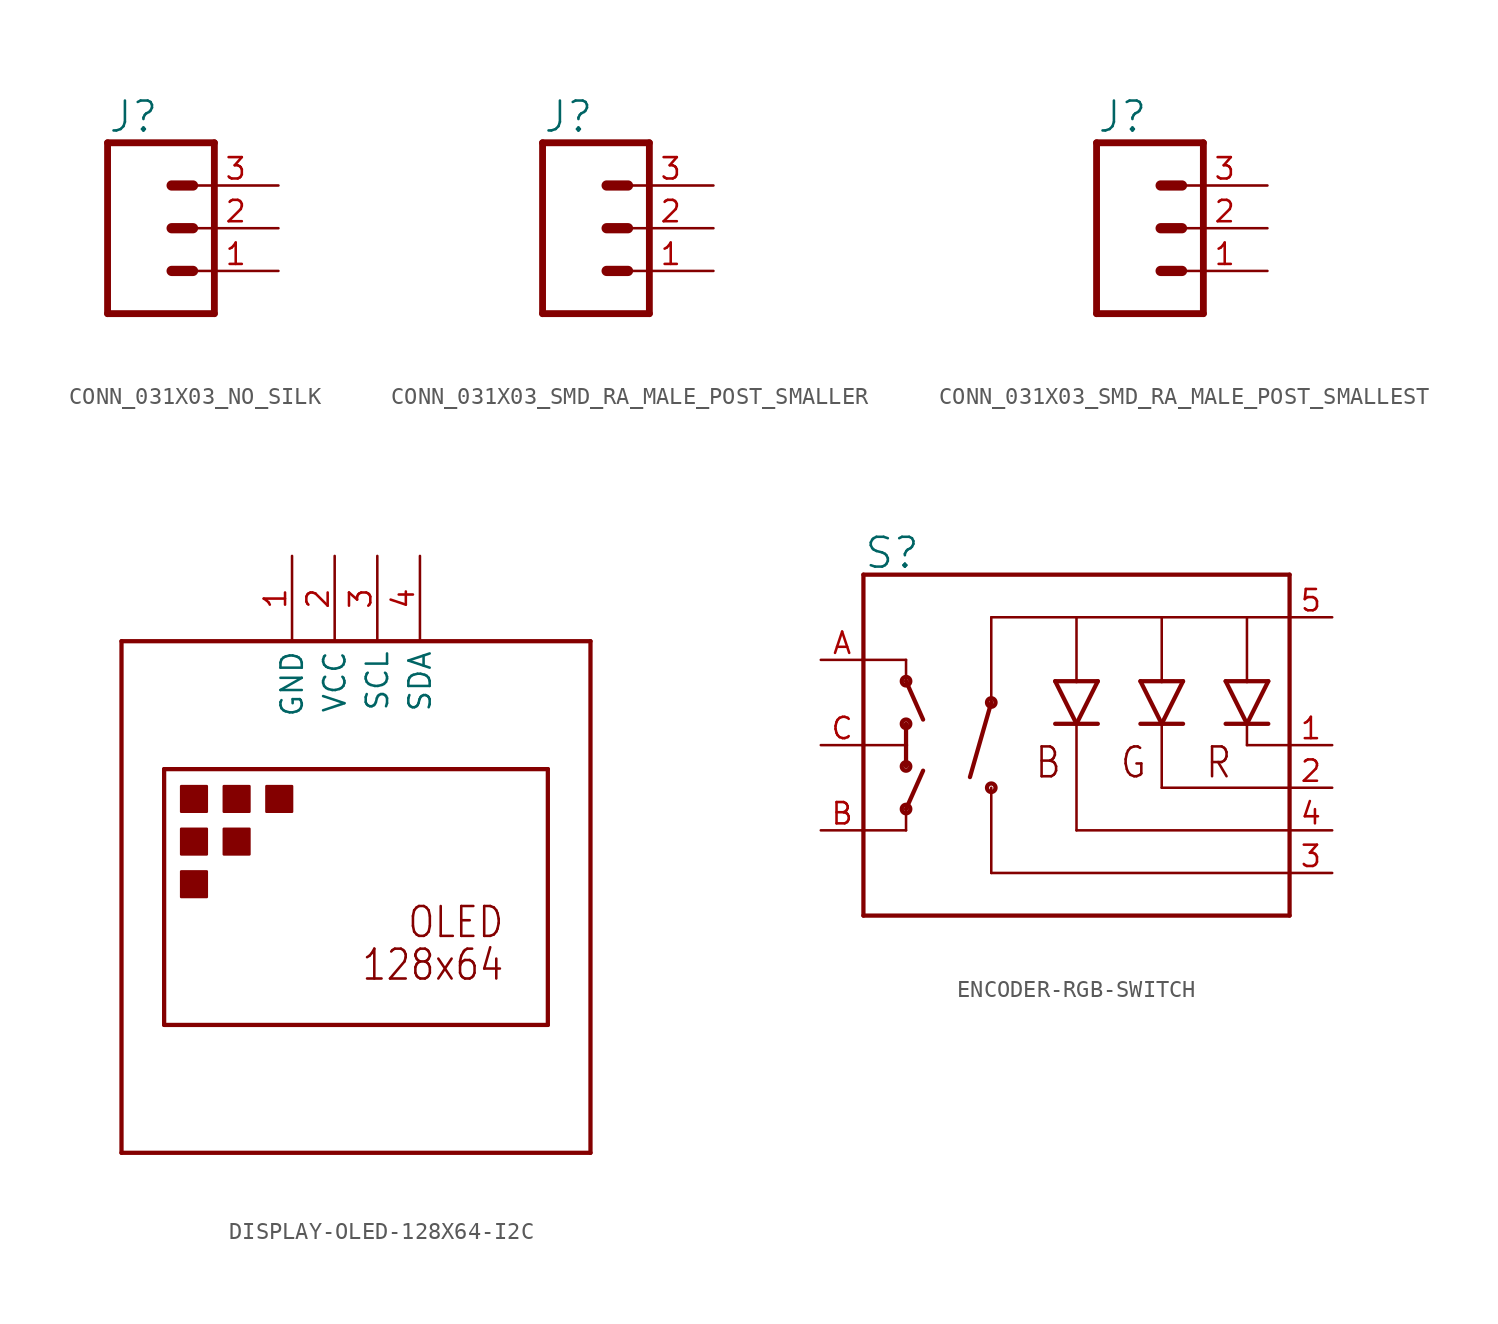
<source format=kicad_sym>
(kicad_symbol_lib
  (version 20220914)
  (generator kicad_symbol_editor)
  (symbol "CONN_031X03_NO_SILK"
    (property "Reference" "J"
      (at -2.54 5.588 0)
      (effects (font (size 1.778 1.778)) (justify left bottom)))
    (property "Value" ""
      (at -2.54 -7.366 0)
      (effects (font (size 1.778 1.778)) (justify left bottom)))
    (property "ki_locked" ""
      (at 0 0 0)
      (effects (font (size 1.27 1.27))))
    (symbol "CONN_031X03_NO_SILK_1_0"
      (polyline (pts (xy -2.54 5.08) (xy -2.54 -5.08)) (stroke (width 0.406) (type solid)) (fill (type none)))
      (polyline (pts (xy -2.54 5.08) (xy 3.81 5.08)) (stroke (width 0.406) (type solid)) (fill (type none)))
      (polyline (pts (xy 1.27 -2.54) (xy 2.54 -2.54)) (stroke (width 0.61) (type solid)) (fill (type none)))
      (polyline (pts (xy 1.27 0) (xy 2.54 0)) (stroke (width 0.61) (type solid)) (fill (type none)))
      (polyline (pts (xy 1.27 2.54) (xy 2.54 2.54)) (stroke (width 0.61) (type solid)) (fill (type none)))
      (polyline (pts (xy 3.81 -5.08) (xy -2.54 -5.08)) (stroke (width 0.406) (type solid)) (fill (type none)))
      (polyline (pts (xy 3.81 -5.08) (xy 3.81 5.08)) (stroke (width 0.406) (type solid)) (fill (type none)))
      (pin passive line (at 7.62 -2.54 180) (length 5.08) (name "1" (effects (font (size 0 0)))) (number "1" (effects (font (size 1.27 1.27)))))
      (pin passive line (at 7.62 0 180) (length 5.08) (name "2" (effects (font (size 0 0)))) (number "2" (effects (font (size 1.27 1.27)))))
      (pin passive line (at 7.62 2.54 180) (length 5.08) (name "3" (effects (font (size 0 0)))) (number "3" (effects (font (size 1.27 1.27)))))))
  (symbol "CONN_031X03_SMD_RA_MALE_POST_SMALLER"
    (property "Reference" "J"
      (at -2.54 5.588 0)
      (effects (font (size 1.778 1.778)) (justify left bottom)))
    (property "Value" ""
      (at -2.54 -7.366 0)
      (effects (font (size 1.778 1.778)) (justify left bottom)))
    (property "ki_locked" ""
      (at 0 0 0)
      (effects (font (size 1.27 1.27))))
    (symbol "CONN_031X03_SMD_RA_MALE_POST_SMALLER_1_0"
      (polyline (pts (xy -2.54 5.08) (xy -2.54 -5.08)) (stroke (width 0.406) (type solid)) (fill (type none)))
      (polyline (pts (xy -2.54 5.08) (xy 3.81 5.08)) (stroke (width 0.406) (type solid)) (fill (type none)))
      (polyline (pts (xy 1.27 -2.54) (xy 2.54 -2.54)) (stroke (width 0.61) (type solid)) (fill (type none)))
      (polyline (pts (xy 1.27 0) (xy 2.54 0)) (stroke (width 0.61) (type solid)) (fill (type none)))
      (polyline (pts (xy 1.27 2.54) (xy 2.54 2.54)) (stroke (width 0.61) (type solid)) (fill (type none)))
      (polyline (pts (xy 3.81 -5.08) (xy -2.54 -5.08)) (stroke (width 0.406) (type solid)) (fill (type none)))
      (polyline (pts (xy 3.81 -5.08) (xy 3.81 5.08)) (stroke (width 0.406) (type solid)) (fill (type none)))
      (pin passive line (at 7.62 -2.54 180) (length 5.08) (name "1" (effects (font (size 0 0)))) (number "1" (effects (font (size 1.27 1.27)))))
      (pin passive line (at 7.62 0 180) (length 5.08) (name "2" (effects (font (size 0 0)))) (number "2" (effects (font (size 1.27 1.27)))))
      (pin passive line (at 7.62 2.54 180) (length 5.08) (name "3" (effects (font (size 0 0)))) (number "3" (effects (font (size 1.27 1.27)))))))
  (symbol "CONN_031X03_SMD_RA_MALE_POST_SMALLEST"
    (property "Reference" "J"
      (at -2.54 5.588 0)
      (effects (font (size 1.778 1.778)) (justify left bottom)))
    (property "Value" ""
      (at -2.54 -7.366 0)
      (effects (font (size 1.778 1.778)) (justify left bottom)))
    (property "ki_locked" ""
      (at 0 0 0)
      (effects (font (size 1.27 1.27))))
    (symbol "CONN_031X03_SMD_RA_MALE_POST_SMALLEST_1_0"
      (polyline (pts (xy -2.54 5.08) (xy -2.54 -5.08)) (stroke (width 0.406) (type solid)) (fill (type none)))
      (polyline (pts (xy -2.54 5.08) (xy 3.81 5.08)) (stroke (width 0.406) (type solid)) (fill (type none)))
      (polyline (pts (xy 1.27 -2.54) (xy 2.54 -2.54)) (stroke (width 0.61) (type solid)) (fill (type none)))
      (polyline (pts (xy 1.27 0) (xy 2.54 0)) (stroke (width 0.61) (type solid)) (fill (type none)))
      (polyline (pts (xy 1.27 2.54) (xy 2.54 2.54)) (stroke (width 0.61) (type solid)) (fill (type none)))
      (polyline (pts (xy 3.81 -5.08) (xy -2.54 -5.08)) (stroke (width 0.406) (type solid)) (fill (type none)))
      (polyline (pts (xy 3.81 -5.08) (xy 3.81 5.08)) (stroke (width 0.406) (type solid)) (fill (type none)))
      (pin passive line (at 7.62 -2.54 180) (length 5.08) (name "1" (effects (font (size 0 0)))) (number "1" (effects (font (size 1.27 1.27)))))
      (pin passive line (at 7.62 0 180) (length 5.08) (name "2" (effects (font (size 0 0)))) (number "2" (effects (font (size 1.27 1.27)))))
      (pin passive line (at 7.62 2.54 180) (length 5.08) (name "3" (effects (font (size 0 0)))) (number "3" (effects (font (size 1.27 1.27)))))))
  (symbol "DISPLAY-OLED-128X64-I2C"
    (property "Reference" ""
      (at 15.24 12.7 0)
      (effects (font (size 1.778 1.511)) (justify left bottom) hide))
    (property "Value" ""
      (at 15.24 10.16 0)
      (effects (font (size 1.778 1.511)) (justify left bottom)))
    (property "ki_locked" ""
      (at 0 0 0)
      (effects (font (size 1.27 1.27))))
    (symbol "DISPLAY-OLED-128X64-I2C_1_0"
      (rectangle (start -11.684 0) (end -10.16 1.524) (stroke (width 0) (type default)) (fill (type outline)))
      (rectangle (start -11.684 2.54) (end -10.16 4.064) (stroke (width 0) (type default)) (fill (type outline)))
      (rectangle (start -11.684 5.08) (end -10.16 6.604) (stroke (width 0) (type default)) (fill (type outline)))
      (rectangle (start -9.144 2.54) (end -7.62 4.064) (stroke (width 0) (type default)) (fill (type outline)))
      (rectangle (start -9.144 5.08) (end -7.62 6.604) (stroke (width 0) (type default)) (fill (type outline)))
      (rectangle (start -6.604 5.08) (end -5.08 6.604) (stroke (width 0) (type default)) (fill (type outline)))
      (polyline (pts (xy -15.24 -15.24) (xy -15.24 15.24)) (stroke (width 0.254) (type solid)) (fill (type none)))
      (polyline (pts (xy -15.24 15.24) (xy 12.7 15.24)) (stroke (width 0.254) (type solid)) (fill (type none)))
      (polyline (pts (xy -12.7 -7.62) (xy -12.7 7.62)) (stroke (width 0.254) (type solid)) (fill (type none)))
      (polyline (pts (xy -12.7 7.62) (xy 10.16 7.62)) (stroke (width 0.254) (type solid)) (fill (type none)))
      (polyline (pts (xy 10.16 -7.62) (xy -12.7 -7.62)) (stroke (width 0.254) (type solid)) (fill (type none)))
      (polyline (pts (xy 10.16 7.62) (xy 10.16 -7.62)) (stroke (width 0.254) (type solid)) (fill (type none)))
      (polyline (pts (xy 12.7 -15.24) (xy -15.24 -15.24)) (stroke (width 0.254) (type solid)) (fill (type none)))
      (polyline (pts (xy 12.7 15.24) (xy 12.7 -15.24)) (stroke (width 0.254) (type solid)) (fill (type none)))
      (text "128x64" (at 7.62 -5.08 0) (effects (font (size 1.778 1.511)) (justify right bottom)))
      (text "OLED" (at 7.62 -2.54 0) (effects (font (size 1.778 1.511)) (justify right bottom)))
      (pin power_in line (at -5.08 20.32 270) (length 5.08) (name "GND" (effects (font (size 1.27 1.27)))) (number "1" (effects (font (size 1.27 1.27)))))
      (pin power_in line (at -2.54 20.32 270) (length 5.08) (name "VCC" (effects (font (size 1.27 1.27)))) (number "2" (effects (font (size 1.27 1.27)))))
      (pin bidirectional line (at 0 20.32 270) (length 5.08) (name "SCL" (effects (font (size 1.27 1.27)))) (number "3" (effects (font (size 1.27 1.27)))))
      (pin bidirectional line (at 2.54 20.32 270) (length 5.08) (name "SDA" (effects (font (size 1.27 1.27)))) (number "4" (effects (font (size 1.27 1.27)))))))
  (symbol "ENCODER-RGB-SWITCH"
    (property "Reference" "S"
      (at -12.7 10.414 0)
      (effects (font (size 1.778 1.778)) (justify left bottom)))
    (property "Value" ""
      (at -12.7 -10.541 0)
      (effects (font (size 1.778 1.778)) (justify left top)))
    (property "ki_locked" ""
      (at 0 0 0)
      (effects (font (size 1.27 1.27))))
    (symbol "ENCODER-RGB-SWITCH_1_0"
      (circle (center -10.16 -3.81) (radius 0.254) (stroke (width 0.254) (type solid)) (fill (type none)))
      (circle (center -10.16 -1.27) (radius 0.254) (stroke (width 0.254) (type solid)) (fill (type none)))
      (circle (center -10.16 1.27) (radius 0.254) (stroke (width 0.254) (type solid)) (fill (type none)))
      (circle (center -10.16 3.81) (radius 0.254) (stroke (width 0.254) (type solid)) (fill (type none)))
      (circle (center -5.08 -2.54) (radius 0.254) (stroke (width 0.254) (type solid)) (fill (type none)))
      (circle (center -5.08 2.54) (radius 0.254) (stroke (width 0.254) (type solid)) (fill (type none)))
      (polyline (pts (xy -12.7 -10.16) (xy 12.7 -10.16)) (stroke (width 0.254) (type solid)) (fill (type none)))
      (polyline (pts (xy -12.7 -5.08) (xy -12.7 -10.16)) (stroke (width 0.254) (type solid)) (fill (type none)))
      (polyline (pts (xy -12.7 0) (xy -12.7 -5.08)) (stroke (width 0.254) (type solid)) (fill (type none)))
      (polyline (pts (xy -12.7 5.08) (xy -12.7 0)) (stroke (width 0.254) (type solid)) (fill (type none)))
      (polyline (pts (xy -12.7 5.08) (xy -10.16 5.08)) (stroke (width 0.152) (type solid)) (fill (type none)))
      (polyline (pts (xy -12.7 10.16) (xy -12.7 5.08)) (stroke (width 0.254) (type solid)) (fill (type none)))
      (polyline (pts (xy -10.16 -5.08) (xy -12.7 -5.08)) (stroke (width 0.152) (type solid)) (fill (type none)))
      (polyline (pts (xy -10.16 -5.08) (xy -10.16 -3.81)) (stroke (width 0.152) (type solid)) (fill (type none)))
      (polyline (pts (xy -10.16 -3.81) (xy -9.144 -1.524)) (stroke (width 0.254) (type solid)) (fill (type none)))
      (polyline (pts (xy -10.16 0) (xy -12.7 0)) (stroke (width 0.152) (type solid)) (fill (type none)))
      (polyline (pts (xy -10.16 0) (xy -10.16 -1.27)) (stroke (width 0.254) (type solid)) (fill (type none)))
      (polyline (pts (xy -10.16 0) (xy -10.16 1.27)) (stroke (width 0.254) (type solid)) (fill (type none)))
      (polyline (pts (xy -10.16 3.81) (xy -9.144 1.524)) (stroke (width 0.254) (type solid)) (fill (type none)))
      (polyline (pts (xy -10.16 5.08) (xy -10.16 3.81)) (stroke (width 0.152) (type solid)) (fill (type none)))
      (polyline (pts (xy -5.08 -7.62) (xy -5.08 -2.54)) (stroke (width 0.152) (type solid)) (fill (type none)))
      (polyline (pts (xy -5.08 -7.62) (xy 12.7 -7.62)) (stroke (width 0.152) (type solid)) (fill (type none)))
      (polyline (pts (xy -5.08 2.54) (xy -6.35 -1.905)) (stroke (width 0.254) (type solid)) (fill (type none)))
      (polyline (pts (xy -5.08 7.62) (xy -5.08 2.54)) (stroke (width 0.152) (type solid)) (fill (type none)))
      (polyline (pts (xy -5.08 7.62) (xy 0 7.62)) (stroke (width 0.152) (type solid)) (fill (type none)))
      (polyline (pts (xy -1.27 1.27) (xy 0 1.27)) (stroke (width 0.254) (type solid)) (fill (type none)))
      (polyline (pts (xy -1.27 3.81) (xy 0 1.27)) (stroke (width 0.254) (type solid)) (fill (type none)))
      (polyline (pts (xy -1.27 3.81) (xy 0 3.81)) (stroke (width 0.254) (type solid)) (fill (type none)))
      (polyline (pts (xy 0 -5.08) (xy 0 1.27)) (stroke (width 0.152) (type solid)) (fill (type none)))
      (polyline (pts (xy 0 -5.08) (xy 12.7 -5.08)) (stroke (width 0.152) (type solid)) (fill (type none)))
      (polyline (pts (xy 0 1.27) (xy 1.27 1.27)) (stroke (width 0.254) (type solid)) (fill (type none)))
      (polyline (pts (xy 0 1.27) (xy 1.27 3.81)) (stroke (width 0.254) (type solid)) (fill (type none)))
      (polyline (pts (xy 0 3.81) (xy 1.27 3.81)) (stroke (width 0.254) (type solid)) (fill (type none)))
      (polyline (pts (xy 0 7.62) (xy 0 3.81)) (stroke (width 0.152) (type solid)) (fill (type none)))
      (polyline (pts (xy 0 7.62) (xy 5.08 7.62)) (stroke (width 0.152) (type solid)) (fill (type none)))
      (polyline (pts (xy 3.81 1.27) (xy 5.08 1.27)) (stroke (width 0.254) (type solid)) (fill (type none)))
      (polyline (pts (xy 3.81 3.81) (xy 5.08 1.27)) (stroke (width 0.254) (type solid)) (fill (type none)))
      (polyline (pts (xy 3.81 3.81) (xy 5.08 3.81)) (stroke (width 0.254) (type solid)) (fill (type none)))
      (polyline (pts (xy 5.08 -2.54) (xy 5.08 1.27)) (stroke (width 0.152) (type solid)) (fill (type none)))
      (polyline (pts (xy 5.08 -2.54) (xy 12.7 -2.54)) (stroke (width 0.152) (type solid)) (fill (type none)))
      (polyline (pts (xy 5.08 1.27) (xy 6.35 1.27)) (stroke (width 0.254) (type solid)) (fill (type none)))
      (polyline (pts (xy 5.08 1.27) (xy 6.35 3.81)) (stroke (width 0.254) (type solid)) (fill (type none)))
      (polyline (pts (xy 5.08 3.81) (xy 6.35 3.81)) (stroke (width 0.254) (type solid)) (fill (type none)))
      (polyline (pts (xy 5.08 7.62) (xy 5.08 3.81)) (stroke (width 0.152) (type solid)) (fill (type none)))
      (polyline (pts (xy 5.08 7.62) (xy 10.16 7.62)) (stroke (width 0.152) (type solid)) (fill (type none)))
      (polyline (pts (xy 8.89 1.27) (xy 10.16 1.27)) (stroke (width 0.254) (type solid)) (fill (type none)))
      (polyline (pts (xy 8.89 3.81) (xy 10.16 1.27)) (stroke (width 0.254) (type solid)) (fill (type none)))
      (polyline (pts (xy 8.89 3.81) (xy 10.16 3.81)) (stroke (width 0.254) (type solid)) (fill (type none)))
      (polyline (pts (xy 10.16 0) (xy 10.16 1.27)) (stroke (width 0.152) (type solid)) (fill (type none)))
      (polyline (pts (xy 10.16 0) (xy 12.7 0)) (stroke (width 0.152) (type solid)) (fill (type none)))
      (polyline (pts (xy 10.16 1.27) (xy 11.43 1.27)) (stroke (width 0.254) (type solid)) (fill (type none)))
      (polyline (pts (xy 10.16 1.27) (xy 11.43 3.81)) (stroke (width 0.254) (type solid)) (fill (type none)))
      (polyline (pts (xy 10.16 3.81) (xy 11.43 3.81)) (stroke (width 0.254) (type solid)) (fill (type none)))
      (polyline (pts (xy 10.16 7.62) (xy 10.16 3.81)) (stroke (width 0.152) (type solid)) (fill (type none)))
      (polyline (pts (xy 10.16 7.62) (xy 12.7 7.62)) (stroke (width 0.152) (type solid)) (fill (type none)))
      (polyline (pts (xy 12.7 10.16) (xy -12.7 10.16)) (stroke (width 0.254) (type solid)) (fill (type none)))
      (polyline (pts (xy 12.7 10.16) (xy 12.7 -10.16)) (stroke (width 0.254) (type solid)) (fill (type none)))
      (text "B" (at -2.54 0 0) (effects (font (size 1.778 1.511)) (justify left top)))
      (text "G" (at 2.54 0 0) (effects (font (size 1.778 1.511)) (justify left top)))
      (text "R" (at 7.62 0 0) (effects (font (size 1.778 1.511)) (justify left top)))
      (pin passive line (at 15.24 0 180) (length 2.54) (name "-R" (effects (font (size 0 0)))) (number "1" (effects (font (size 1.27 1.27)))))
      (pin passive line (at 15.24 -2.54 180) (length 2.54) (name "-G" (effects (font (size 0 0)))) (number "2" (effects (font (size 1.27 1.27)))))
      (pin passive line (at 15.24 -7.62 180) (length 2.54) (name "SW" (effects (font (size 0 0)))) (number "3" (effects (font (size 1.27 1.27)))))
      (pin passive line (at 15.24 -5.08 180) (length 2.54) (name "-B" (effects (font (size 0 0)))) (number "4" (effects (font (size 1.27 1.27)))))
      (pin passive line (at 15.24 7.62 180) (length 2.54) (name "+" (effects (font (size 0 0)))) (number "5" (effects (font (size 1.27 1.27)))))
      (pin bidirectional line (at -15.24 5.08 0) (length 2.54) (name "A" (effects (font (size 0 0)))) (number "A" (effects (font (size 1.27 1.27)))))
      (pin bidirectional line (at -15.24 -5.08 0) (length 2.54) (name "B" (effects (font (size 0 0)))) (number "B" (effects (font (size 1.27 1.27)))))
      (pin bidirectional line (at -15.24 0 0) (length 2.54) (name "C" (effects (font (size 0 0)))) (number "C" (effects (font (size 1.27 1.27))))))))
</source>
